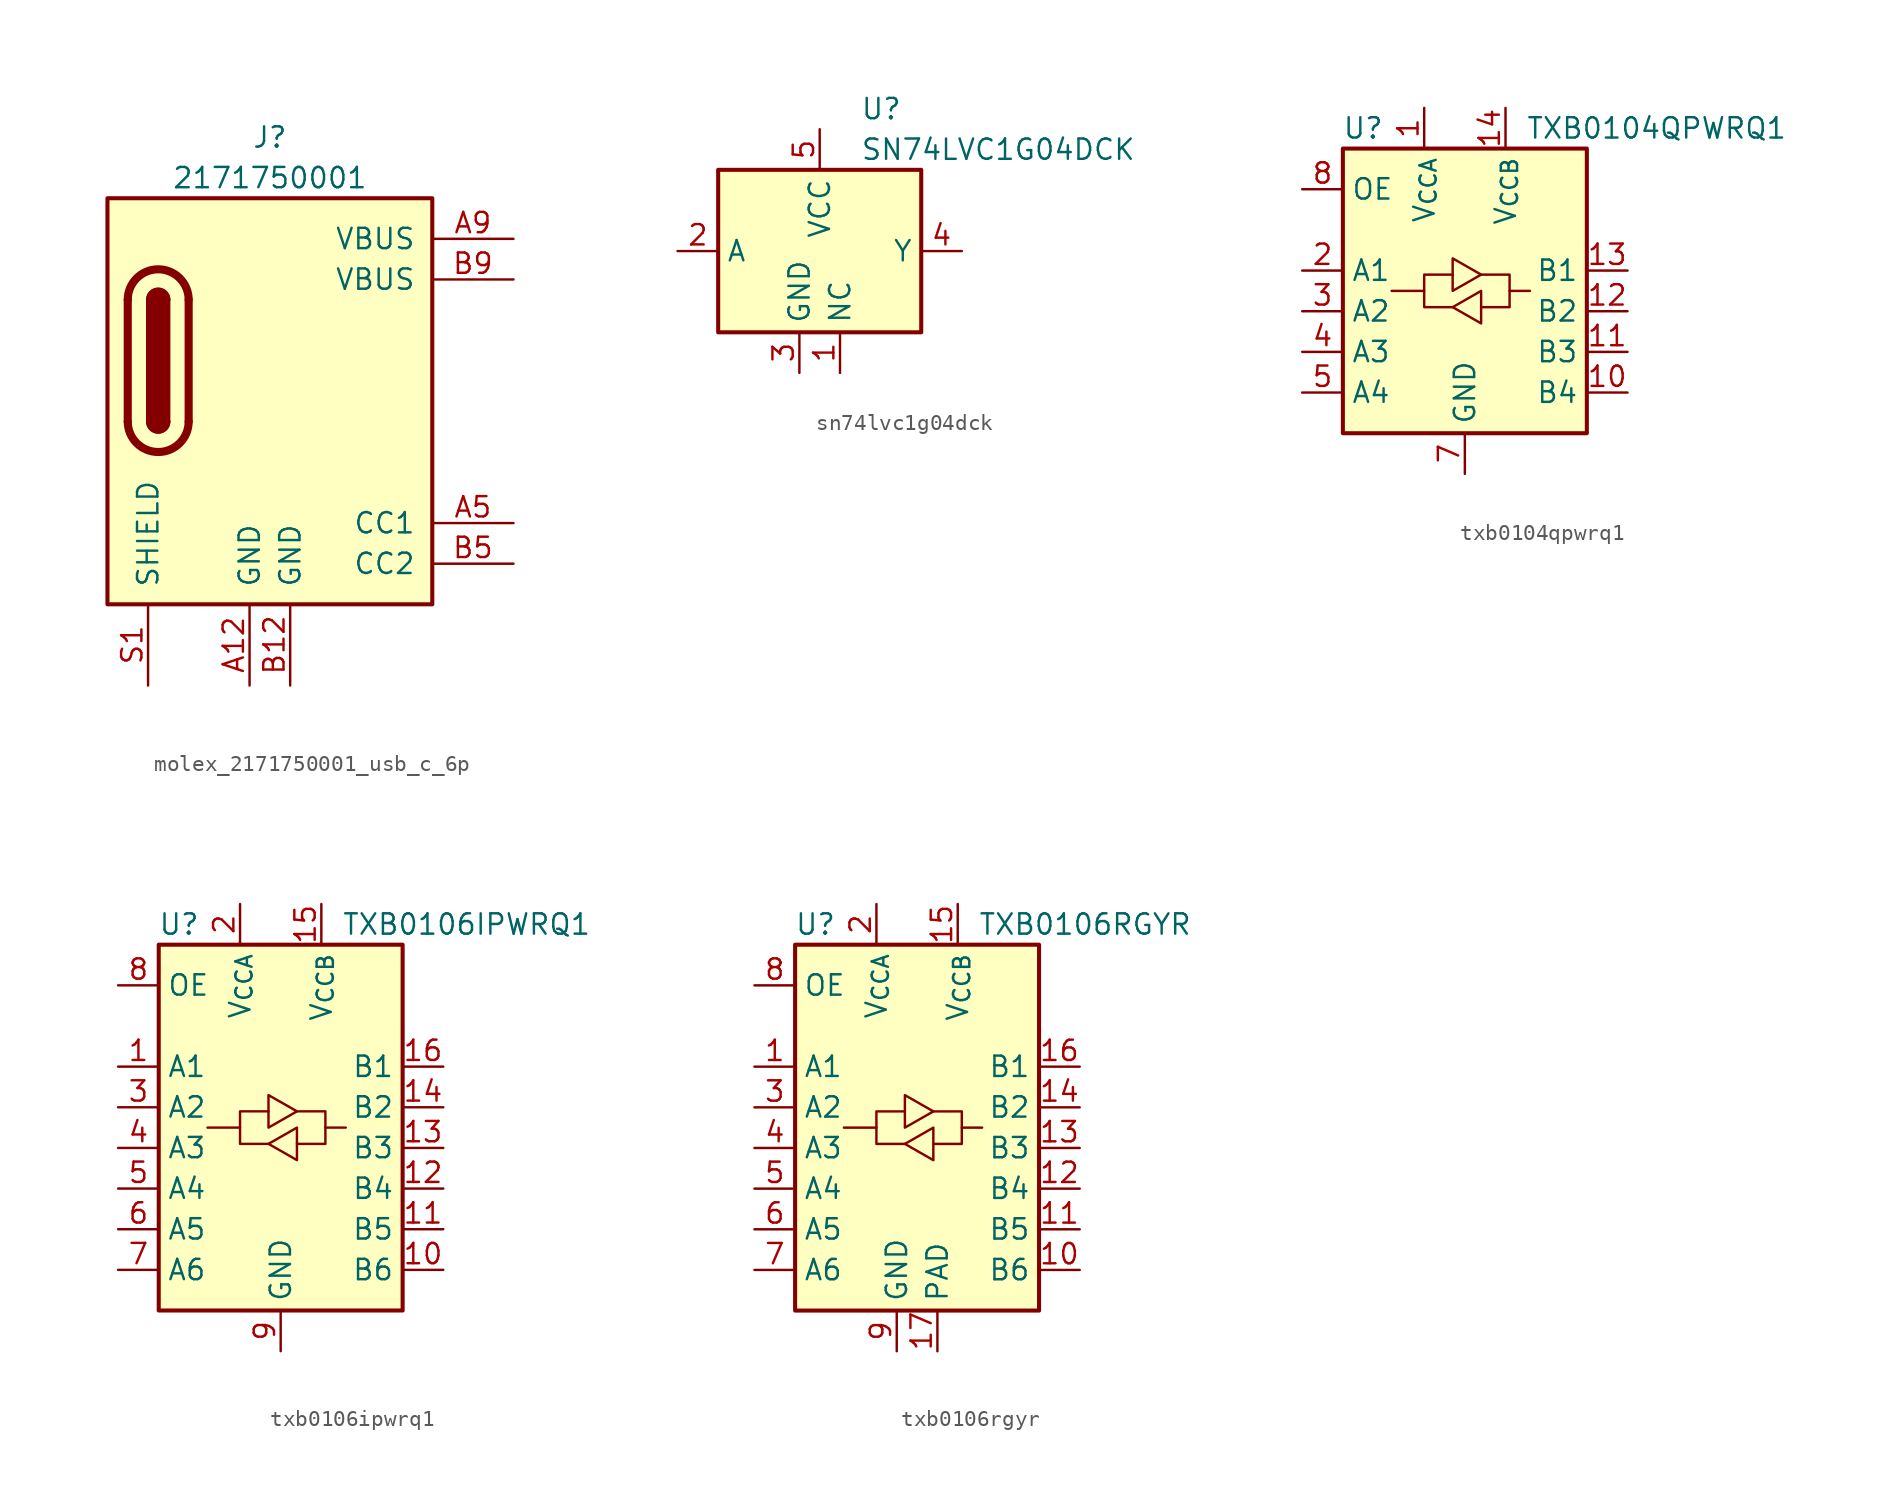
<source format=kicad_sym>
(kicad_symbol_lib
  (version 20241209)
  (generator "kicad_symbol_editor")
  (generator_version "9.0")
  (symbol "molex_2171750001_usb_c_6p"
    (pin_names
      (offset 1.016))
    (property "Reference" "J"
      (at 0 16.51 0)
      (effects (font (size 1.27 1.27))))
    (property "Value" "2171750001"
      (at 0 13.97 0)
      (effects (font (size 1.27 1.27))))
    (symbol "molex_2171750001_usb_c_6p_0_1"
      (rectangle (start -10.16 12.7) (end 10.16 -12.7) (stroke (width 0.254) (type default)) (fill (type background)))
      (polyline (pts (xy -8.89 -1.27) (xy -8.89 6.35)) (stroke (width 0.508) (type default)) (fill (type none)))
      (rectangle (start -7.62 -1.27) (end -6.35 6.35) (stroke (width 0.254) (type default)) (fill (type outline)))
      (arc (start -7.62 6.35) (mid -6.985 6.9823) (end -6.35 6.35) (stroke (width 0.254) (type default)) (fill (type none)))
      (arc (start -7.62 6.35) (mid -6.985 6.9823) (end -6.35 6.35) (stroke (width 0.254) (type default)) (fill (type outline)))
      (arc (start -8.89 6.35) (mid -6.985 8.2467) (end -5.08 6.35) (stroke (width 0.508) (type default)) (fill (type none)))
      (arc (start -5.08 -1.27) (mid -6.985 -3.1667) (end -8.89 -1.27) (stroke (width 0.508) (type default)) (fill (type none)))
      (arc (start -6.35 -1.27) (mid -6.985 -1.9023) (end -7.62 -1.27) (stroke (width 0.254) (type default)) (fill (type none)))
      (arc (start -6.35 -1.27) (mid -6.985 -1.9023) (end -7.62 -1.27) (stroke (width 0.254) (type default)) (fill (type outline)))
      (polyline (pts (xy -5.08 6.35) (xy -5.08 -1.27)) (stroke (width 0.508) (type default)) (fill (type none))))
    (symbol "molex_2171750001_usb_c_6p_1_1"
      (pin passive line (at -7.62 -17.78 90) (length 5.08) (name "SHIELD" (effects (font (size 1.27 1.27)))) (number "S1" (effects (font (size 1.27 1.27)))))
      (pin passive line (at -1.27 -17.78 90) (length 5.08) (name "GND" (effects (font (size 1.27 1.27)))) (number "A12" (effects (font (size 1.27 1.27)))))
      (pin passive line (at 1.27 -17.78 90) (length 5.08) (name "GND" (effects (font (size 1.27 1.27)))) (number "B12" (effects (font (size 1.27 1.27)))))
      (pin passive line (at 15.24 10.16 180) (length 5.08) (name "VBUS" (effects (font (size 1.27 1.27)))) (number "A9" (effects (font (size 1.27 1.27)))))
      (pin passive line (at 15.24 7.62 180) (length 5.08) (name "VBUS" (effects (font (size 1.27 1.27)))) (number "B9" (effects (font (size 1.27 1.27)))))
      (pin bidirectional line (at 15.24 -7.62 180) (length 5.08) (name "CC1" (effects (font (size 1.27 1.27)))) (number "A5" (effects (font (size 1.27 1.27)))))
      (pin bidirectional line (at 15.24 -10.16 180) (length 5.08) (name "CC2" (effects (font (size 1.27 1.27)))) (number "B5" (effects (font (size 1.27 1.27)))))))
  (symbol "sn74lvc1g04dck"
    (property "Reference" "U"
      (at 2.54 8.89 0)
      (effects (font (size 1.27 1.27)) (justify left)))
    (property "Value" "SN74LVC1G04DCK"
      (at 2.54 6.35 0)
      (effects (font (size 1.27 1.27)) (justify left)))
    (symbol "sn74lvc1g04dck_0_1"
      (rectangle (start -6.35 5.08) (end 6.35 -5.08) (stroke (width 0.254) (type default)) (fill (type background))))
    (symbol "sn74lvc1g04dck_1_0"
      (pin power_in line (at 0 7.62 270) (length 2.54) (name "VCC" (effects (font (size 1.27 1.27)))) (number "5" (effects (font (size 1.27 1.27)))))
      (pin output line (at 8.89 0 180) (length 2.54) (name "Y" (effects (font (size 1.27 1.27)))) (number "4" (effects (font (size 1.27 1.27))))))
    (symbol "sn74lvc1g04dck_1_1"
      (pin input line (at -8.89 0 0) (length 2.54) (name "A" (effects (font (size 1.27 1.27)))) (number "2" (effects (font (size 1.27 1.27)))))
      (pin power_in line (at -1.27 -7.62 90) (length 2.54) (name "GND" (effects (font (size 1.27 1.27)))) (number "3" (effects (font (size 1.27 1.27)))))
      (pin passive line (at 1.27 -7.62 90) (length 2.54) (name "NC" (effects (font (size 1.27 1.27)))) (number "1" (effects (font (size 1.27 1.27)))))))
  (symbol "txb0104qpwrq1"
    (property "Reference" "U"
      (at -6.35 10.16 0)
      (effects (font (size 1.27 1.27))))
    (property "Value" "TXB0104QPWRQ1"
      (at 3.81 10.16 0)
      (effects (font (size 1.27 1.27)) (justify left)))
    (symbol "txb0104qpwrq1_0_1"
      (rectangle (start -7.62 8.89) (end 7.62 -8.89) (stroke (width 0.254) (type default)) (fill (type background)))
      (polyline (pts (xy -2.54 0) (xy -2.54 1.016) (xy -0.762 1.016)) (stroke (width 0) (type default)) (fill (type none)))
      (polyline (pts (xy -0.762 -1.016) (xy -2.54 -1.016) (xy -2.54 0) (xy -4.572 0)) (stroke (width 0) (type default)) (fill (type none)))
      (polyline (pts (xy -0.762 -1.016) (xy 1.016 0) (xy 1.016 -2.032) (xy -0.762 -1.016)) (stroke (width 0) (type default)) (fill (type none)))
      (polyline (pts (xy 1.016 1.016) (xy -0.762 0) (xy -0.762 2.032) (xy 1.016 1.016)) (stroke (width 0) (type default)) (fill (type none)))
      (polyline (pts (xy 1.016 1.016) (xy 2.794 1.016) (xy 2.794 0) (xy 4.064 0)) (stroke (width 0) (type default)) (fill (type none)))
      (polyline (pts (xy 2.794 0) (xy 2.794 -1.016) (xy 1.016 -1.016)) (stroke (width 0) (type default)) (fill (type none))))
    (symbol "txb0104qpwrq1_1_1"
      (pin input line (at -10.16 6.35 0) (length 2.54) (name "OE" (effects (font (size 1.27 1.27)))) (number "8" (effects (font (size 1.27 1.27)))))
      (pin bidirectional line (at -10.16 1.27 0) (length 2.54) (name "A1" (effects (font (size 1.27 1.27)))) (number "2" (effects (font (size 1.27 1.27)))))
      (pin bidirectional line (at -10.16 -1.27 0) (length 2.54) (name "A2" (effects (font (size 1.27 1.27)))) (number "3" (effects (font (size 1.27 1.27)))))
      (pin bidirectional line (at -10.16 -3.81 0) (length 2.54) (name "A3" (effects (font (size 1.27 1.27)))) (number "4" (effects (font (size 1.27 1.27)))))
      (pin bidirectional line (at -10.16 -6.35 0) (length 2.54) (name "A4" (effects (font (size 1.27 1.27)))) (number "5" (effects (font (size 1.27 1.27)))))
      (pin power_in line (at -2.54 11.43 270) (length 2.54) (name "V_{CCA}" (effects (font (size 1.27 1.27)))) (number "1" (effects (font (size 1.27 1.27)))))
      (pin power_in line (at 0 -11.43 90) (length 2.54) (name "GND" (effects (font (size 1.27 1.27)))) (number "7" (effects (font (size 1.27 1.27)))))
      (pin power_in line (at 2.54 11.43 270) (length 2.54) (name "V_{CCB}" (effects (font (size 1.27 1.27)))) (number "14" (effects (font (size 1.27 1.27)))))
      (pin no_connect line (at 2.54 -11.43 90) (length 2.54) (hide yes) (name "NC" (effects (font (size 1.27 1.27)))) (number "9" (effects (font (size 1.27 1.27)))))
      (pin no_connect line (at 3.81 -11.43 90) (length 2.54) (hide yes) (name "NC" (effects (font (size 1.27 1.27)))) (number "6" (effects (font (size 1.27 1.27)))))
      (pin bidirectional line (at 10.16 1.27 180) (length 2.54) (name "B1" (effects (font (size 1.27 1.27)))) (number "13" (effects (font (size 1.27 1.27)))))
      (pin bidirectional line (at 10.16 -1.27 180) (length 2.54) (name "B2" (effects (font (size 1.27 1.27)))) (number "12" (effects (font (size 1.27 1.27)))))
      (pin bidirectional line (at 10.16 -3.81 180) (length 2.54) (name "B3" (effects (font (size 1.27 1.27)))) (number "11" (effects (font (size 1.27 1.27)))))
      (pin bidirectional line (at 10.16 -6.35 180) (length 2.54) (name "B4" (effects (font (size 1.27 1.27)))) (number "10" (effects (font (size 1.27 1.27)))))))
  (symbol "txb0106ipwrq1"
    (property "Reference" "U"
      (at -6.35 12.7 0)
      (effects (font (size 1.27 1.27))))
    (property "Value" "TXB0106IPWRQ1"
      (at 3.81 12.7 0)
      (effects (font (size 1.27 1.27)) (justify left)))
    (symbol "txb0106ipwrq1_0_1"
      (rectangle (start -7.62 11.43) (end 7.62 -11.43) (stroke (width 0.254) (type default)) (fill (type background)))
      (polyline (pts (xy -2.54 0) (xy -2.54 1.016) (xy -0.762 1.016)) (stroke (width 0) (type default)) (fill (type none)))
      (polyline (pts (xy -0.762 -1.016) (xy -2.54 -1.016) (xy -2.54 0) (xy -4.572 0)) (stroke (width 0) (type default)) (fill (type none)))
      (polyline (pts (xy -0.762 -1.016) (xy 1.016 0) (xy 1.016 -2.032) (xy -0.762 -1.016)) (stroke (width 0) (type default)) (fill (type none)))
      (polyline (pts (xy 1.016 1.016) (xy -0.762 0) (xy -0.762 2.032) (xy 1.016 1.016)) (stroke (width 0) (type default)) (fill (type none)))
      (polyline (pts (xy 1.016 1.016) (xy 2.794 1.016) (xy 2.794 0) (xy 4.064 0)) (stroke (width 0) (type default)) (fill (type none)))
      (polyline (pts (xy 2.794 0) (xy 2.794 -1.016) (xy 1.016 -1.016)) (stroke (width 0) (type default)) (fill (type none))))
    (symbol "txb0106ipwrq1_1_1"
      (pin input line (at -10.16 8.89 0) (length 2.54) (name "OE" (effects (font (size 1.27 1.27)))) (number "8" (effects (font (size 1.27 1.27)))))
      (pin bidirectional line (at -10.16 3.81 0) (length 2.54) (name "A1" (effects (font (size 1.27 1.27)))) (number "1" (effects (font (size 1.27 1.27)))))
      (pin bidirectional line (at -10.16 1.27 0) (length 2.54) (name "A2" (effects (font (size 1.27 1.27)))) (number "3" (effects (font (size 1.27 1.27)))))
      (pin bidirectional line (at -10.16 -1.27 0) (length 2.54) (name "A3" (effects (font (size 1.27 1.27)))) (number "4" (effects (font (size 1.27 1.27)))))
      (pin bidirectional line (at -10.16 -3.81 0) (length 2.54) (name "A4" (effects (font (size 1.27 1.27)))) (number "5" (effects (font (size 1.27 1.27)))))
      (pin bidirectional line (at -10.16 -6.35 0) (length 2.54) (name "A5" (effects (font (size 1.27 1.27)))) (number "6" (effects (font (size 1.27 1.27)))))
      (pin bidirectional line (at -10.16 -8.89 0) (length 2.54) (name "A6" (effects (font (size 1.27 1.27)))) (number "7" (effects (font (size 1.27 1.27)))))
      (pin power_in line (at -2.54 13.97 270) (length 2.54) (name "V_{CCA}" (effects (font (size 1.27 1.27)))) (number "2" (effects (font (size 1.27 1.27)))))
      (pin power_in line (at 0 -13.97 90) (length 2.54) (name "GND" (effects (font (size 1.27 1.27)))) (number "9" (effects (font (size 1.27 1.27)))))
      (pin power_in line (at 2.54 13.97 270) (length 2.54) (name "V_{CCB}" (effects (font (size 1.27 1.27)))) (number "15" (effects (font (size 1.27 1.27)))))
      (pin bidirectional line (at 10.16 3.81 180) (length 2.54) (name "B1" (effects (font (size 1.27 1.27)))) (number "16" (effects (font (size 1.27 1.27)))))
      (pin bidirectional line (at 10.16 1.27 180) (length 2.54) (name "B2" (effects (font (size 1.27 1.27)))) (number "14" (effects (font (size 1.27 1.27)))))
      (pin bidirectional line (at 10.16 -1.27 180) (length 2.54) (name "B3" (effects (font (size 1.27 1.27)))) (number "13" (effects (font (size 1.27 1.27)))))
      (pin bidirectional line (at 10.16 -3.81 180) (length 2.54) (name "B4" (effects (font (size 1.27 1.27)))) (number "12" (effects (font (size 1.27 1.27)))))
      (pin bidirectional line (at 10.16 -6.35 180) (length 2.54) (name "B5" (effects (font (size 1.27 1.27)))) (number "11" (effects (font (size 1.27 1.27)))))
      (pin bidirectional line (at 10.16 -8.89 180) (length 2.54) (name "B6" (effects (font (size 1.27 1.27)))) (number "10" (effects (font (size 1.27 1.27)))))))
  (symbol "txb0106rgyr"
    (property "Reference" "U"
      (at -6.35 12.7 0)
      (effects (font (size 1.27 1.27))))
    (property "Value" "TXB0106RGYR"
      (at 3.81 12.7 0)
      (effects (font (size 1.27 1.27)) (justify left)))
    (symbol "txb0106rgyr_0_1"
      (rectangle (start -7.62 11.43) (end 7.62 -11.43) (stroke (width 0.254) (type default)) (fill (type background)))
      (polyline (pts (xy -2.54 0) (xy -2.54 1.016) (xy -0.762 1.016)) (stroke (width 0) (type default)) (fill (type none)))
      (polyline (pts (xy -0.762 -1.016) (xy -2.54 -1.016) (xy -2.54 0) (xy -4.572 0)) (stroke (width 0) (type default)) (fill (type none)))
      (polyline (pts (xy -0.762 -1.016) (xy 1.016 0) (xy 1.016 -2.032) (xy -0.762 -1.016)) (stroke (width 0) (type default)) (fill (type none)))
      (polyline (pts (xy 1.016 1.016) (xy -0.762 0) (xy -0.762 2.032) (xy 1.016 1.016)) (stroke (width 0) (type default)) (fill (type none)))
      (polyline (pts (xy 1.016 1.016) (xy 2.794 1.016) (xy 2.794 0) (xy 4.064 0)) (stroke (width 0) (type default)) (fill (type none)))
      (polyline (pts (xy 2.794 0) (xy 2.794 -1.016) (xy 1.016 -1.016)) (stroke (width 0) (type default)) (fill (type none))))
    (symbol "txb0106rgyr_1_1"
      (pin input line (at -10.16 8.89 0) (length 2.54) (name "OE" (effects (font (size 1.27 1.27)))) (number "8" (effects (font (size 1.27 1.27)))))
      (pin bidirectional line (at -10.16 3.81 0) (length 2.54) (name "A1" (effects (font (size 1.27 1.27)))) (number "1" (effects (font (size 1.27 1.27)))))
      (pin bidirectional line (at -10.16 1.27 0) (length 2.54) (name "A2" (effects (font (size 1.27 1.27)))) (number "3" (effects (font (size 1.27 1.27)))))
      (pin bidirectional line (at -10.16 -1.27 0) (length 2.54) (name "A3" (effects (font (size 1.27 1.27)))) (number "4" (effects (font (size 1.27 1.27)))))
      (pin bidirectional line (at -10.16 -3.81 0) (length 2.54) (name "A4" (effects (font (size 1.27 1.27)))) (number "5" (effects (font (size 1.27 1.27)))))
      (pin bidirectional line (at -10.16 -6.35 0) (length 2.54) (name "A5" (effects (font (size 1.27 1.27)))) (number "6" (effects (font (size 1.27 1.27)))))
      (pin bidirectional line (at -10.16 -8.89 0) (length 2.54) (name "A6" (effects (font (size 1.27 1.27)))) (number "7" (effects (font (size 1.27 1.27)))))
      (pin power_in line (at -2.54 13.97 270) (length 2.54) (name "V_{CCA}" (effects (font (size 1.27 1.27)))) (number "2" (effects (font (size 1.27 1.27)))))
      (pin power_in line (at -1.27 -13.97 90) (length 2.54) (name "GND" (effects (font (size 1.27 1.27)))) (number "9" (effects (font (size 1.27 1.27)))))
      (pin power_in line (at 1.27 -13.97 90) (length 2.54) (name "PAD" (effects (font (size 1.27 1.27)))) (number "17" (effects (font (size 1.27 1.27)))))
      (pin power_in line (at 2.54 13.97 270) (length 2.54) (name "V_{CCB}" (effects (font (size 1.27 1.27)))) (number "15" (effects (font (size 1.27 1.27)))))
      (pin bidirectional line (at 10.16 3.81 180) (length 2.54) (name "B1" (effects (font (size 1.27 1.27)))) (number "16" (effects (font (size 1.27 1.27)))))
      (pin bidirectional line (at 10.16 1.27 180) (length 2.54) (name "B2" (effects (font (size 1.27 1.27)))) (number "14" (effects (font (size 1.27 1.27)))))
      (pin bidirectional line (at 10.16 -1.27 180) (length 2.54) (name "B3" (effects (font (size 1.27 1.27)))) (number "13" (effects (font (size 1.27 1.27)))))
      (pin bidirectional line (at 10.16 -3.81 180) (length 2.54) (name "B4" (effects (font (size 1.27 1.27)))) (number "12" (effects (font (size 1.27 1.27)))))
      (pin bidirectional line (at 10.16 -6.35 180) (length 2.54) (name "B5" (effects (font (size 1.27 1.27)))) (number "11" (effects (font (size 1.27 1.27)))))
      (pin bidirectional line (at 10.16 -8.89 180) (length 2.54) (name "B6" (effects (font (size 1.27 1.27)))) (number "10" (effects (font (size 1.27 1.27))))))))
</source>
